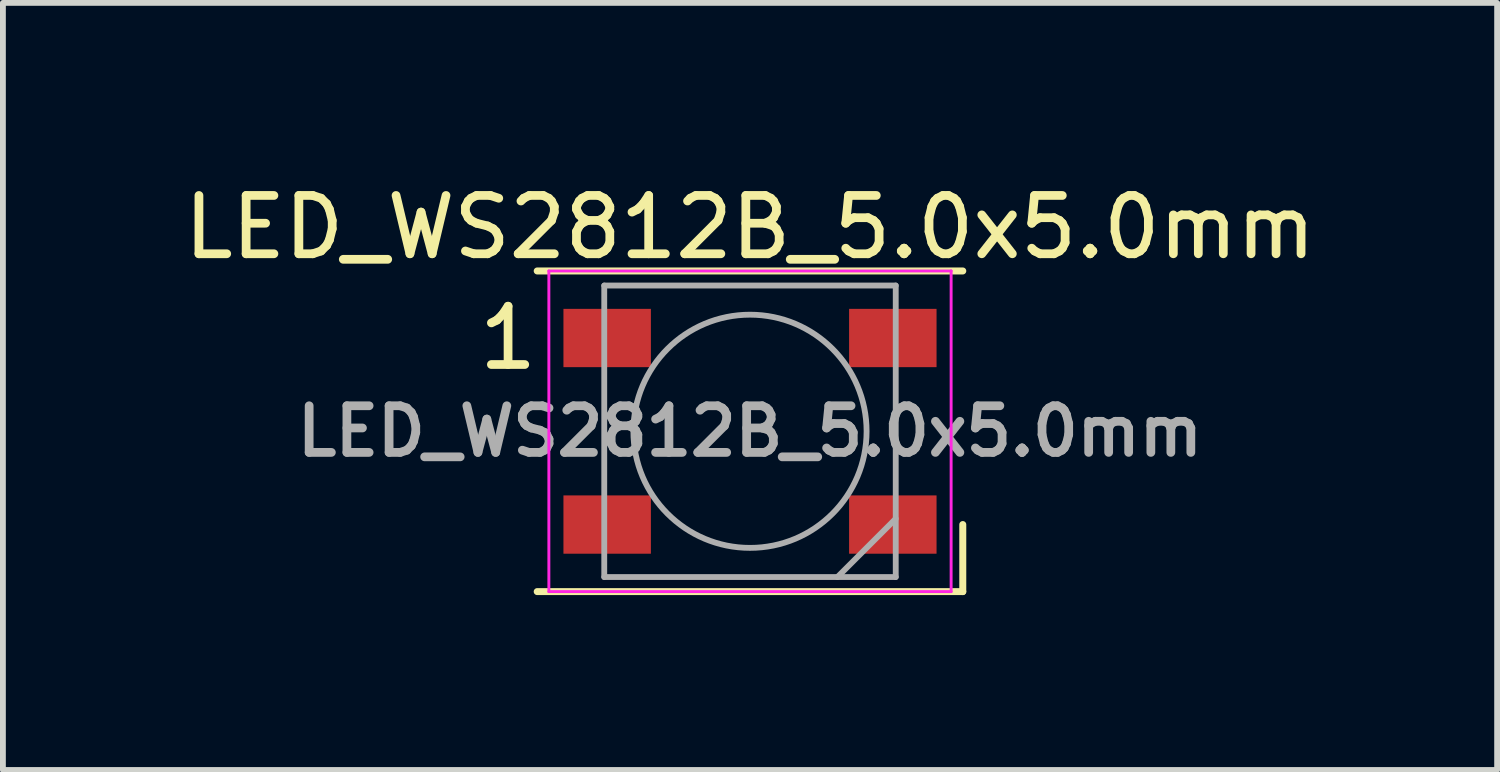
<source format=kicad_pcb>
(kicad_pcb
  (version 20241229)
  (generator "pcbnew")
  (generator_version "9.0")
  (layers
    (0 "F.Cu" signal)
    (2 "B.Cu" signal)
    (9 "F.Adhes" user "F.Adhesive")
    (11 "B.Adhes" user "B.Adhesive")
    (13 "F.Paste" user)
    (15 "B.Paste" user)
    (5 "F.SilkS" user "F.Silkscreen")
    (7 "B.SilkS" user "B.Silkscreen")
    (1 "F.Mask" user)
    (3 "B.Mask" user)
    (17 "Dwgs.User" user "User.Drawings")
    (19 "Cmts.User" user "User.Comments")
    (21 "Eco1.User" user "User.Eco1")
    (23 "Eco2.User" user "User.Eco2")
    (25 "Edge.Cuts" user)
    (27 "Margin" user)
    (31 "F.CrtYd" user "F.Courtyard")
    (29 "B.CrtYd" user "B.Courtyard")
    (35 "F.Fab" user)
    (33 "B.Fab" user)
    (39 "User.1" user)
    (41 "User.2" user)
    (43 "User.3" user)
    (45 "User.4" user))
  (footprint "LED_WS2812B_5.0x5.0mm"
    (layer "F.Cu")
    (at 9.815 4.348)
    (property "Reference" "LED_WS2812B_5.0x5.0mm" (at 0 -3.5 0) (layer "F.SilkS") (effects (font (size 1 1) (thickness 0.15))))
    (attr smd)
    (fp_line (start -3.65 -2.75) (end 3.65 -2.75) (stroke (width 0.12) (type solid)) (layer "F.SilkS"))
    (fp_line (start -3.65 2.75) (end 3.65 2.75) (stroke (width 0.12) (type solid)) (layer "F.SilkS"))
    (fp_line (start 3.65 2.75) (end 3.65 1.6) (stroke (width 0.12) (type solid)) (layer "F.SilkS"))
    (fp_line (start -3.45 -2.75) (end -3.45 2.75) (stroke (width 0.05) (type solid)) (layer "F.CrtYd"))
    (fp_line (start -3.45 2.75) (end 3.45 2.75) (stroke (width 0.05) (type solid)) (layer "F.CrtYd"))
    (fp_line (start 3.45 -2.75) (end -3.45 -2.75) (stroke (width 0.05) (type solid)) (layer "F.CrtYd"))
    (fp_line (start 3.45 2.75) (end 3.45 -2.75) (stroke (width 0.05) (type solid)) (layer "F.CrtYd"))
    (fp_line (start -2.5 -2.5) (end -2.5 2.5) (stroke (width 0.1) (type solid)) (layer "F.Fab"))
    (fp_line (start -2.5 2.5) (end 2.5 2.5) (stroke (width 0.1) (type solid)) (layer "F.Fab"))
    (fp_line (start 2.5 -2.5) (end -2.5 -2.5) (stroke (width 0.1) (type solid)) (layer "F.Fab"))
    (fp_line (start 2.5 1.5) (end 1.5 2.5) (stroke (width 0.1) (type solid)) (layer "F.Fab"))
    (fp_line (start 2.5 2.5) (end 2.5 -2.5) (stroke (width 0.1) (type solid)) (layer "F.Fab"))
    (fp_circle (center 0 0) (end 0 -2) (stroke (width 0.1) (type solid)) (fill no) (layer "F.Fab"))
    (fp_text user "1" (at -4.15 -1.6 0) (layer "F.SilkS") (effects (font (size 1 1) (thickness 0.15))))
    (fp_text user "${REFERENCE}" (at 0 0 0) (layer "F.Fab") (effects (font (size 0.8 0.8) (thickness 0.15))))
    (pad "1" smd rect (at -2.45 -1.6) (size 1.5 1) (layers "F.Cu" "F.Mask" "F.Paste"))
    (pad "2" smd rect (at -2.45 1.6) (size 1.5 1) (layers "F.Cu" "F.Mask" "F.Paste"))
    (pad "3" smd rect (at 2.45 1.6) (size 1.5 1) (layers "F.Cu" "F.Mask" "F.Paste"))
    (pad "4" smd rect (at 2.45 -1.6) (size 1.5 1) (layers "F.Cu" "F.Mask" "F.Paste")))
  (gr_rect
    (start -3 -3)
    (end 22.631 10.158)
    (stroke (width 0.1) (type default))
    (fill no)
    (layer "Edge.Cuts")))
</source>
